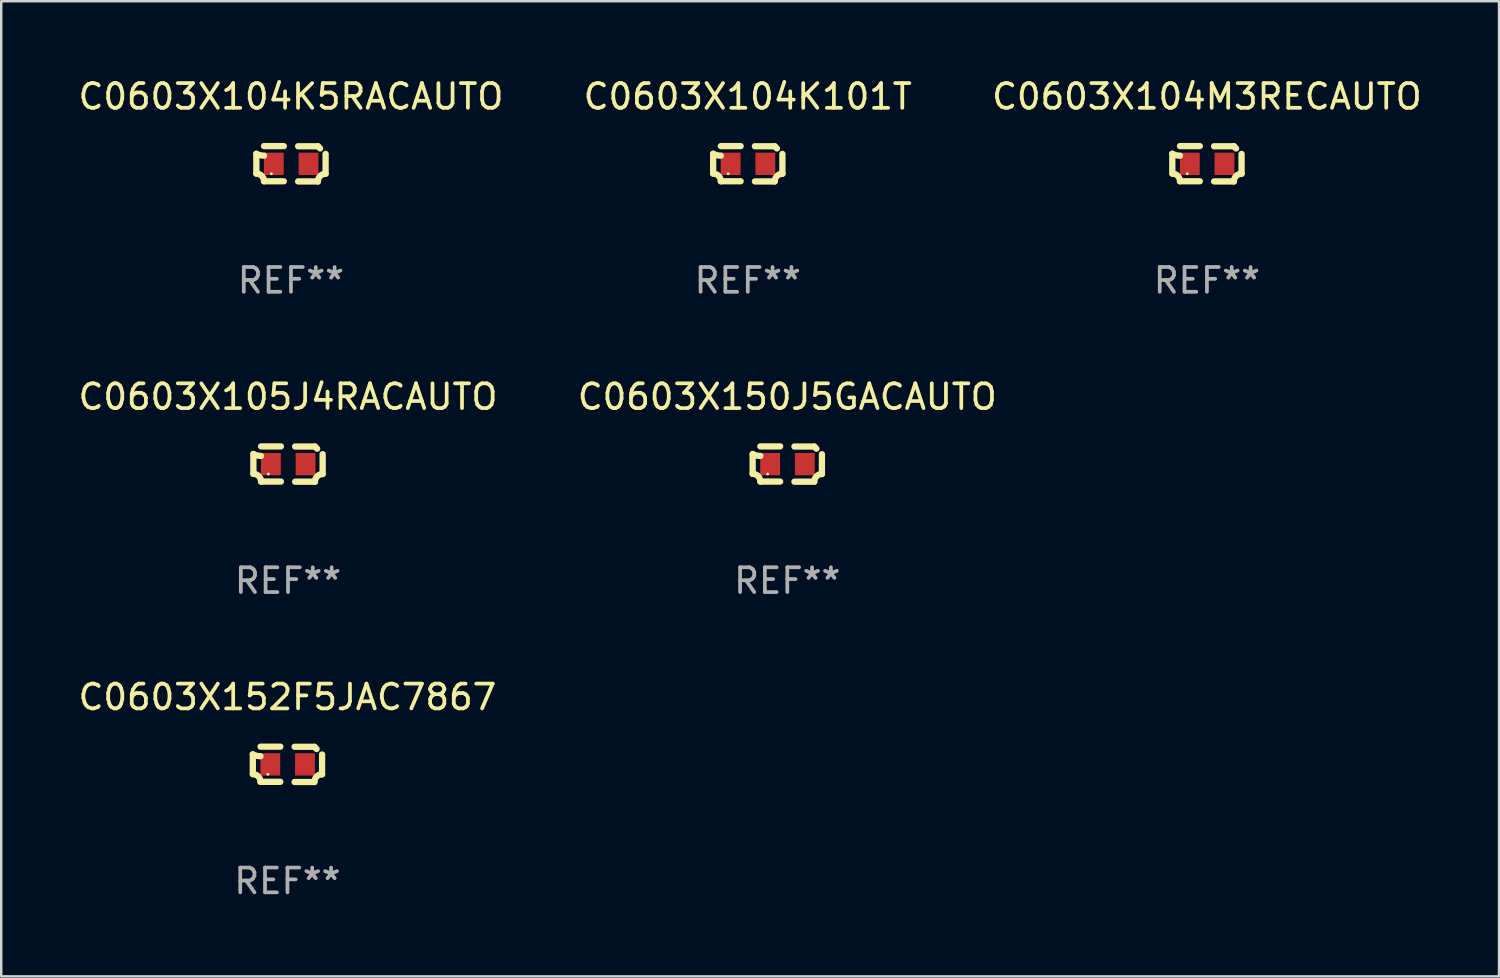
<source format=kicad_pcb>
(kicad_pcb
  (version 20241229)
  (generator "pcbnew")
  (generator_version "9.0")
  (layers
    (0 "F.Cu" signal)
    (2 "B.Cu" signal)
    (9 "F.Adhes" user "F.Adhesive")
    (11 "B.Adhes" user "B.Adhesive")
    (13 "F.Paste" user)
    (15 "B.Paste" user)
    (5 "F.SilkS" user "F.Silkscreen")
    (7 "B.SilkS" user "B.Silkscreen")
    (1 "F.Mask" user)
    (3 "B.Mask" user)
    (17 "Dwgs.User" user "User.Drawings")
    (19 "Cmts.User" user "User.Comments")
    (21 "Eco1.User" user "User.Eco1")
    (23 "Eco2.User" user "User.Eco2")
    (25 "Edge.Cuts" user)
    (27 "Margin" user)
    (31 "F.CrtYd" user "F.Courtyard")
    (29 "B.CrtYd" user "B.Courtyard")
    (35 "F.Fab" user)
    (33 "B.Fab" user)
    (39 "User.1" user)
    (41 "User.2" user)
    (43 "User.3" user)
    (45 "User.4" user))
  (footprint "C0603X104K5RACAUTO"
    (layer "F.Cu")
    (at 8.696 3.561)
    (property "Reference" "C0603X104K5RACAUTO" (at 0 -2.713 0) (layer "F.SilkS") (effects (font (size 1 1) (thickness 0.15))))
    (attr through_hole)
    (fp_line (start -1.398 -0.403) (end -1.398 0.397) (stroke (width 0.254) (type solid)) (layer "F.SilkS"))
    (fp_line (start -0.288 -0.713) (end -1.088 -0.713) (stroke (width 0.254) (type solid)) (layer "F.SilkS"))
    (fp_line (start -0.288 0.707) (end -1.088 0.707) (stroke (width 0.254) (type solid)) (layer "F.SilkS"))
    (fp_line (start 0.288 -0.707) (end 1.088 -0.707) (stroke (width 0.254) (type solid)) (layer "F.SilkS"))
    (fp_line (start 0.288 0.713) (end 1.088 0.713) (stroke (width 0.254) (type solid)) (layer "F.SilkS"))
    (fp_line (start 1.398 -0.397) (end 1.398 0.403) (stroke (width 0.254) (type solid)) (layer "F.SilkS"))
    (fp_arc (start -1.397789 0.397066) (mid -1.178701 0.487826) (end -1.08796 0.706922) (stroke (width 0.254001) (type solid)) (layer "F.SilkS"))
    (fp_arc (start -1.08796 -0.327176) (mid -1.247436 -0.346384) (end -1.39779 -0.402908) (stroke (width 0.254001) (type solid)) (layer "F.SilkS"))
    (fp_arc (start 1.087909 0.712738) (mid 1.178656 0.493655) (end 1.397739 0.402908) (stroke (width 0.254001) (type solid)) (layer "F.SilkS"))
    (fp_arc (start 1.175925 -0.618926) (mid 1.131917 -0.662923) (end 1.08791 -0.706922) (stroke (width 0.254001) (type solid)) (layer "F.SilkS"))
    (fp_circle (center -0.792 0.403) (end -0.762 0.403) (stroke (width 0.06) (type solid)) (fill no) (layer "F.SilkS"))
    (fp_text user "REF**" (at 0 4.713 0) (layer "F.Fab") (effects (font (size 1 1) (thickness 0.15))))
    (pad "1" smd rect (at -0.692 0.003) (size 0.8 0.9) (layers "F.Cu" "F.Mask" "F.Paste"))
    (pad "2" smd rect (at 0.708 0.003) (size 0.8 0.9) (layers "F.Cu" "F.Mask" "F.Paste")))
  (footprint "C0603X104K101T"
    (layer "F.Cu")
    (at 27.137 3.561)
    (property "Reference" "C0603X104K101T" (at 0 -2.713 0) (layer "F.SilkS") (effects (font (size 1 1) (thickness 0.15))))
    (attr through_hole)
    (fp_line (start -1.398 -0.403) (end -1.398 0.397) (stroke (width 0.254) (type solid)) (layer "F.SilkS"))
    (fp_line (start -0.288 -0.713) (end -1.088 -0.713) (stroke (width 0.254) (type solid)) (layer "F.SilkS"))
    (fp_line (start -0.288 0.707) (end -1.088 0.707) (stroke (width 0.254) (type solid)) (layer "F.SilkS"))
    (fp_line (start 0.288 -0.707) (end 1.088 -0.707) (stroke (width 0.254) (type solid)) (layer "F.SilkS"))
    (fp_line (start 0.288 0.713) (end 1.088 0.713) (stroke (width 0.254) (type solid)) (layer "F.SilkS"))
    (fp_line (start 1.398 -0.397) (end 1.398 0.403) (stroke (width 0.254) (type solid)) (layer "F.SilkS"))
    (fp_arc (start -1.397789 0.397066) (mid -1.178701 0.487826) (end -1.08796 0.706922) (stroke (width 0.254001) (type solid)) (layer "F.SilkS"))
    (fp_arc (start -1.08796 -0.327176) (mid -1.247436 -0.346384) (end -1.39779 -0.402908) (stroke (width 0.254001) (type solid)) (layer "F.SilkS"))
    (fp_arc (start 1.087909 0.712738) (mid 1.178656 0.493655) (end 1.397739 0.402908) (stroke (width 0.254001) (type solid)) (layer "F.SilkS"))
    (fp_arc (start 1.175925 -0.618926) (mid 1.131917 -0.662923) (end 1.08791 -0.706922) (stroke (width 0.254001) (type solid)) (layer "F.SilkS"))
    (fp_circle (center -0.792 0.403) (end -0.762 0.403) (stroke (width 0.06) (type solid)) (fill no) (layer "F.SilkS"))
    (fp_text user "REF**" (at 0 4.713 0) (layer "F.Fab") (effects (font (size 1 1) (thickness 0.15))))
    (pad "1" smd rect (at -0.692 0.003) (size 0.8 0.9) (layers "F.Cu" "F.Mask" "F.Paste"))
    (pad "2" smd rect (at 0.708 0.003) (size 0.8 0.9) (layers "F.Cu" "F.Mask" "F.Paste")))
  (footprint "C0603X105J4RACAUTO"
    (layer "F.Cu")
    (at 8.577 15.683)
    (property "Reference" "C0603X105J4RACAUTO" (at 0 -2.713 0) (layer "F.SilkS") (effects (font (size 1 1) (thickness 0.15))))
    (attr through_hole)
    (fp_line (start -1.398 -0.403) (end -1.398 0.397) (stroke (width 0.254) (type solid)) (layer "F.SilkS"))
    (fp_line (start -0.288 -0.713) (end -1.088 -0.713) (stroke (width 0.254) (type solid)) (layer "F.SilkS"))
    (fp_line (start -0.288 0.707) (end -1.088 0.707) (stroke (width 0.254) (type solid)) (layer "F.SilkS"))
    (fp_line (start 0.288 -0.707) (end 1.088 -0.707) (stroke (width 0.254) (type solid)) (layer "F.SilkS"))
    (fp_line (start 0.288 0.713) (end 1.088 0.713) (stroke (width 0.254) (type solid)) (layer "F.SilkS"))
    (fp_line (start 1.398 -0.397) (end 1.398 0.403) (stroke (width 0.254) (type solid)) (layer "F.SilkS"))
    (fp_arc (start -1.397789 0.397066) (mid -1.178701 0.487826) (end -1.08796 0.706922) (stroke (width 0.254001) (type solid)) (layer "F.SilkS"))
    (fp_arc (start -1.08796 -0.327176) (mid -1.247436 -0.346384) (end -1.39779 -0.402908) (stroke (width 0.254001) (type solid)) (layer "F.SilkS"))
    (fp_arc (start 1.087909 0.712738) (mid 1.178656 0.493655) (end 1.397739 0.402908) (stroke (width 0.254001) (type solid)) (layer "F.SilkS"))
    (fp_arc (start 1.175925 -0.618926) (mid 1.131917 -0.662923) (end 1.08791 -0.706922) (stroke (width 0.254001) (type solid)) (layer "F.SilkS"))
    (fp_circle (center -0.792 0.403) (end -0.762 0.403) (stroke (width 0.06) (type solid)) (fill no) (layer "F.SilkS"))
    (fp_text user "REF**" (at 0 4.713 0) (layer "F.Fab") (effects (font (size 1 1) (thickness 0.15))))
    (pad "1" smd rect (at -0.692 0.003) (size 0.8 0.9) (layers "F.Cu" "F.Mask" "F.Paste"))
    (pad "2" smd rect (at 0.708 0.003) (size 0.8 0.9) (layers "F.Cu" "F.Mask" "F.Paste")))
  (footprint "C0603X152F5JAC7867"
    (layer "F.Cu")
    (at 8.554 27.805)
    (property "Reference" "C0603X152F5JAC7867" (at 0 -2.713 0) (layer "F.SilkS") (effects (font (size 1 1) (thickness 0.15))))
    (attr through_hole)
    (fp_line (start -1.398 -0.403) (end -1.398 0.397) (stroke (width 0.254) (type solid)) (layer "F.SilkS"))
    (fp_line (start -0.288 -0.713) (end -1.088 -0.713) (stroke (width 0.254) (type solid)) (layer "F.SilkS"))
    (fp_line (start -0.288 0.707) (end -1.088 0.707) (stroke (width 0.254) (type solid)) (layer "F.SilkS"))
    (fp_line (start 0.288 -0.707) (end 1.088 -0.707) (stroke (width 0.254) (type solid)) (layer "F.SilkS"))
    (fp_line (start 0.288 0.713) (end 1.088 0.713) (stroke (width 0.254) (type solid)) (layer "F.SilkS"))
    (fp_line (start 1.398 -0.397) (end 1.398 0.403) (stroke (width 0.254) (type solid)) (layer "F.SilkS"))
    (fp_arc (start -1.397789 0.397066) (mid -1.178701 0.487826) (end -1.08796 0.706922) (stroke (width 0.254001) (type solid)) (layer "F.SilkS"))
    (fp_arc (start -1.08796 -0.327176) (mid -1.247436 -0.346384) (end -1.39779 -0.402908) (stroke (width 0.254001) (type solid)) (layer "F.SilkS"))
    (fp_arc (start 1.087909 0.712738) (mid 1.178656 0.493655) (end 1.397739 0.402908) (stroke (width 0.254001) (type solid)) (layer "F.SilkS"))
    (fp_arc (start 1.175925 -0.618926) (mid 1.131917 -0.662923) (end 1.08791 -0.706922) (stroke (width 0.254001) (type solid)) (layer "F.SilkS"))
    (fp_circle (center -0.792 0.403) (end -0.762 0.403) (stroke (width 0.06) (type solid)) (fill no) (layer "F.SilkS"))
    (fp_text user "REF**" (at 0 4.713 0) (layer "F.Fab") (effects (font (size 1 1) (thickness 0.15))))
    (pad "1" smd rect (at -0.692 0.003) (size 0.8 0.9) (layers "F.Cu" "F.Mask" "F.Paste"))
    (pad "2" smd rect (at 0.708 0.003) (size 0.8 0.9) (layers "F.Cu" "F.Mask" "F.Paste")))
  (footprint "C0603X104M3RECAUTO"
    (layer "F.Cu")
    (at 45.673 3.561)
    (property "Reference" "C0603X104M3RECAUTO" (at 0 -2.713 0) (layer "F.SilkS") (effects (font (size 1 1) (thickness 0.15))))
    (attr through_hole)
    (fp_line (start -1.398 -0.403) (end -1.398 0.397) (stroke (width 0.254) (type solid)) (layer "F.SilkS"))
    (fp_line (start -0.288 -0.713) (end -1.088 -0.713) (stroke (width 0.254) (type solid)) (layer "F.SilkS"))
    (fp_line (start -0.288 0.707) (end -1.088 0.707) (stroke (width 0.254) (type solid)) (layer "F.SilkS"))
    (fp_line (start 0.288 -0.707) (end 1.088 -0.707) (stroke (width 0.254) (type solid)) (layer "F.SilkS"))
    (fp_line (start 0.288 0.713) (end 1.088 0.713) (stroke (width 0.254) (type solid)) (layer "F.SilkS"))
    (fp_line (start 1.398 -0.397) (end 1.398 0.403) (stroke (width 0.254) (type solid)) (layer "F.SilkS"))
    (fp_arc (start -1.397789 0.397066) (mid -1.178701 0.487826) (end -1.08796 0.706922) (stroke (width 0.254001) (type solid)) (layer "F.SilkS"))
    (fp_arc (start -1.08796 -0.327176) (mid -1.247436 -0.346384) (end -1.39779 -0.402908) (stroke (width 0.254001) (type solid)) (layer "F.SilkS"))
    (fp_arc (start 1.087909 0.712738) (mid 1.178656 0.493655) (end 1.397739 0.402908) (stroke (width 0.254001) (type solid)) (layer "F.SilkS"))
    (fp_arc (start 1.175925 -0.618926) (mid 1.131917 -0.662923) (end 1.08791 -0.706922) (stroke (width 0.254001) (type solid)) (layer "F.SilkS"))
    (fp_circle (center -0.792 0.403) (end -0.762 0.403) (stroke (width 0.06) (type solid)) (fill no) (layer "F.SilkS"))
    (fp_text user "REF**" (at 0 4.713 0) (layer "F.Fab") (effects (font (size 1 1) (thickness 0.15))))
    (pad "1" smd rect (at -0.692 0.003) (size 0.8 0.9) (layers "F.Cu" "F.Mask" "F.Paste"))
    (pad "2" smd rect (at 0.708 0.003) (size 0.8 0.9) (layers "F.Cu" "F.Mask" "F.Paste")))
  (footprint "C0603X150J5GACAUTO"
    (layer "F.Cu")
    (at 28.732 15.683)
    (property "Reference" "C0603X150J5GACAUTO" (at 0 -2.713 0) (layer "F.SilkS") (effects (font (size 1 1) (thickness 0.15))))
    (attr through_hole)
    (fp_line (start -1.398 -0.403) (end -1.398 0.397) (stroke (width 0.254) (type solid)) (layer "F.SilkS"))
    (fp_line (start -0.288 -0.713) (end -1.088 -0.713) (stroke (width 0.254) (type solid)) (layer "F.SilkS"))
    (fp_line (start -0.288 0.707) (end -1.088 0.707) (stroke (width 0.254) (type solid)) (layer "F.SilkS"))
    (fp_line (start 0.288 -0.707) (end 1.088 -0.707) (stroke (width 0.254) (type solid)) (layer "F.SilkS"))
    (fp_line (start 0.288 0.713) (end 1.088 0.713) (stroke (width 0.254) (type solid)) (layer "F.SilkS"))
    (fp_line (start 1.398 -0.397) (end 1.398 0.403) (stroke (width 0.254) (type solid)) (layer "F.SilkS"))
    (fp_arc (start -1.397789 0.397066) (mid -1.178701 0.487826) (end -1.08796 0.706922) (stroke (width 0.254001) (type solid)) (layer "F.SilkS"))
    (fp_arc (start -1.08796 -0.327176) (mid -1.247436 -0.346384) (end -1.39779 -0.402908) (stroke (width 0.254001) (type solid)) (layer "F.SilkS"))
    (fp_arc (start 1.087909 0.712738) (mid 1.178656 0.493655) (end 1.397739 0.402908) (stroke (width 0.254001) (type solid)) (layer "F.SilkS"))
    (fp_arc (start 1.175925 -0.618926) (mid 1.131917 -0.662923) (end 1.08791 -0.706922) (stroke (width 0.254001) (type solid)) (layer "F.SilkS"))
    (fp_circle (center -0.792 0.403) (end -0.762 0.403) (stroke (width 0.06) (type solid)) (fill no) (layer "F.SilkS"))
    (fp_text user "REF**" (at 0 4.713 0) (layer "F.Fab") (effects (font (size 1 1) (thickness 0.15))))
    (pad "1" smd rect (at -0.692 0.003) (size 0.8 0.9) (layers "F.Cu" "F.Mask" "F.Paste"))
    (pad "2" smd rect (at 0.708 0.003) (size 0.8 0.9) (layers "F.Cu" "F.Mask" "F.Paste")))
  (gr_rect
    (start -3 -3)
    (end 57.464 36.366)
    (stroke (width 0.1) (type default))
    (fill no)
    (layer "Edge.Cuts")))
</source>
